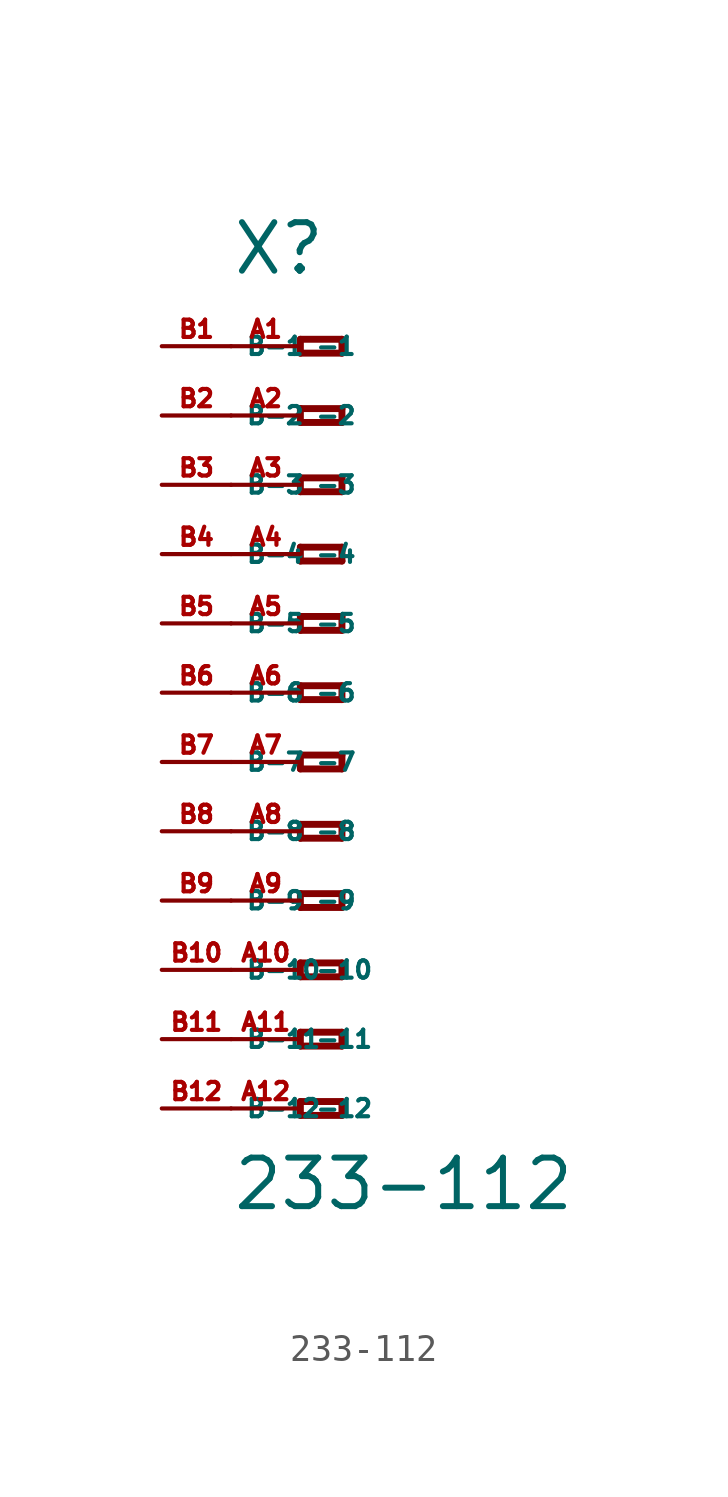
<source format=kicad_sym>
(kicad_symbol_lib
  (version 20220914)
  (generator Eagle2Kicad)
  (symbol "233-112"
    (property "Reference" "X"
      (at -5.08 15.24 0)
      (effects (font (size 1.778 1.778) (thickness 0.22)) (justify left bottom)))
    (property "Value" "233-112"
      (at -5.08 -19.05 0)
      (effects (font (size 1.778 1.778) (thickness 0.22)) (justify left bottom)))
    (polyline
      (pts (xy -2.54 12.954) (xy -2.54 12.446))
      (stroke (width 0.254) (type default))
      (fill (type none)))
    (polyline
      (pts (xy -2.54 12.446) (xy -1.016 12.446))
      (stroke (width 0.254) (type default))
      (fill (type none)))
    (polyline
      (pts (xy -1.016 12.446) (xy -1.016 12.954))
      (stroke (width 0.254) (type default))
      (fill (type none)))
    (polyline
      (pts (xy -1.016 12.954) (xy -2.54 12.954))
      (stroke (width 0.254) (type default))
      (fill (type none)))
    (polyline
      (pts (xy -2.54 10.414) (xy -2.54 9.906))
      (stroke (width 0.254) (type default))
      (fill (type none)))
    (polyline
      (pts (xy -2.54 9.906) (xy -1.016 9.906))
      (stroke (width 0.254) (type default))
      (fill (type none)))
    (polyline
      (pts (xy -1.016 9.906) (xy -1.016 10.414))
      (stroke (width 0.254) (type default))
      (fill (type none)))
    (polyline
      (pts (xy -1.016 10.414) (xy -2.54 10.414))
      (stroke (width 0.254) (type default))
      (fill (type none)))
    (polyline
      (pts (xy -2.54 7.874) (xy -2.54 7.366))
      (stroke (width 0.254) (type default))
      (fill (type none)))
    (polyline
      (pts (xy -2.54 7.366) (xy -1.016 7.366))
      (stroke (width 0.254) (type default))
      (fill (type none)))
    (polyline
      (pts (xy -1.016 7.366) (xy -1.016 7.874))
      (stroke (width 0.254) (type default))
      (fill (type none)))
    (polyline
      (pts (xy -1.016 7.874) (xy -2.54 7.874))
      (stroke (width 0.254) (type default))
      (fill (type none)))
    (polyline
      (pts (xy -2.54 5.334) (xy -2.54 4.826))
      (stroke (width 0.254) (type default))
      (fill (type none)))
    (polyline
      (pts (xy -2.54 4.826) (xy -1.016 4.826))
      (stroke (width 0.254) (type default))
      (fill (type none)))
    (polyline
      (pts (xy -1.016 4.826) (xy -1.016 5.334))
      (stroke (width 0.254) (type default))
      (fill (type none)))
    (polyline
      (pts (xy -1.016 5.334) (xy -2.54 5.334))
      (stroke (width 0.254) (type default))
      (fill (type none)))
    (polyline
      (pts (xy -2.54 2.794) (xy -2.54 2.286))
      (stroke (width 0.254) (type default))
      (fill (type none)))
    (polyline
      (pts (xy -2.54 2.286) (xy -1.016 2.286))
      (stroke (width 0.254) (type default))
      (fill (type none)))
    (polyline
      (pts (xy -1.016 2.286) (xy -1.016 2.794))
      (stroke (width 0.254) (type default))
      (fill (type none)))
    (polyline
      (pts (xy -1.016 2.794) (xy -2.54 2.794))
      (stroke (width 0.254) (type default))
      (fill (type none)))
    (polyline
      (pts (xy -2.54 0.254) (xy -2.54 -0.254))
      (stroke (width 0.254) (type default))
      (fill (type none)))
    (polyline
      (pts (xy -2.54 -0.254) (xy -1.016 -0.254))
      (stroke (width 0.254) (type default))
      (fill (type none)))
    (polyline
      (pts (xy -1.016 -0.254) (xy -1.016 0.254))
      (stroke (width 0.254) (type default))
      (fill (type none)))
    (polyline
      (pts (xy -1.016 0.254) (xy -2.54 0.254))
      (stroke (width 0.254) (type default))
      (fill (type none)))
    (polyline
      (pts (xy -2.54 -2.286) (xy -2.54 -2.794))
      (stroke (width 0.254) (type default))
      (fill (type none)))
    (polyline
      (pts (xy -2.54 -2.794) (xy -1.016 -2.794))
      (stroke (width 0.254) (type default))
      (fill (type none)))
    (polyline
      (pts (xy -1.016 -2.794) (xy -1.016 -2.286))
      (stroke (width 0.254) (type default))
      (fill (type none)))
    (polyline
      (pts (xy -1.016 -2.286) (xy -2.54 -2.286))
      (stroke (width 0.254) (type default))
      (fill (type none)))
    (polyline
      (pts (xy -2.54 -4.826) (xy -2.54 -5.334))
      (stroke (width 0.254) (type default))
      (fill (type none)))
    (polyline
      (pts (xy -2.54 -5.334) (xy -1.016 -5.334))
      (stroke (width 0.254) (type default))
      (fill (type none)))
    (polyline
      (pts (xy -1.016 -5.334) (xy -1.016 -4.826))
      (stroke (width 0.254) (type default))
      (fill (type none)))
    (polyline
      (pts (xy -1.016 -4.826) (xy -2.54 -4.826))
      (stroke (width 0.254) (type default))
      (fill (type none)))
    (polyline
      (pts (xy -2.54 -7.366) (xy -2.54 -7.874))
      (stroke (width 0.254) (type default))
      (fill (type none)))
    (polyline
      (pts (xy -2.54 -7.874) (xy -1.016 -7.874))
      (stroke (width 0.254) (type default))
      (fill (type none)))
    (polyline
      (pts (xy -1.016 -7.874) (xy -1.016 -7.366))
      (stroke (width 0.254) (type default))
      (fill (type none)))
    (polyline
      (pts (xy -1.016 -7.366) (xy -2.54 -7.366))
      (stroke (width 0.254) (type default))
      (fill (type none)))
    (polyline
      (pts (xy -2.54 -9.906) (xy -2.54 -10.414))
      (stroke (width 0.254) (type default))
      (fill (type none)))
    (polyline
      (pts (xy -2.54 -10.414) (xy -1.016 -10.414))
      (stroke (width 0.254) (type default))
      (fill (type none)))
    (polyline
      (pts (xy -1.016 -10.414) (xy -1.016 -9.906))
      (stroke (width 0.254) (type default))
      (fill (type none)))
    (polyline
      (pts (xy -1.016 -9.906) (xy -2.54 -9.906))
      (stroke (width 0.254) (type default))
      (fill (type none)))
    (polyline
      (pts (xy -2.54 -12.446) (xy -2.54 -12.954))
      (stroke (width 0.254) (type default))
      (fill (type none)))
    (polyline
      (pts (xy -2.54 -12.954) (xy -1.016 -12.954))
      (stroke (width 0.254) (type default))
      (fill (type none)))
    (polyline
      (pts (xy -1.016 -12.954) (xy -1.016 -12.446))
      (stroke (width 0.254) (type default))
      (fill (type none)))
    (polyline
      (pts (xy -1.016 -12.446) (xy -2.54 -12.446))
      (stroke (width 0.254) (type default))
      (fill (type none)))
    (polyline
      (pts (xy -2.54 -14.986) (xy -2.54 -15.494))
      (stroke (width 0.254) (type default))
      (fill (type none)))
    (polyline
      (pts (xy -2.54 -15.494) (xy -1.016 -15.494))
      (stroke (width 0.254) (type default))
      (fill (type none)))
    (polyline
      (pts (xy -1.016 -15.494) (xy -1.016 -14.986))
      (stroke (width 0.254) (type default))
      (fill (type none)))
    (polyline
      (pts (xy -1.016 -14.986) (xy -2.54 -14.986))
      (stroke (width 0.254) (type default))
      (fill (type none)))
    (pin passive line
      (at -5.08 12.7 0)
      (length 2.54)
      (name "-1" (effects (font (size 0.635 0.635) (thickness 0.08)) (justify left bottom)))
      (number "A1" (effects (font (size 0.635 0.635) (thickness 0.08)) (justify left bottom))))
    (pin passive line
      (at -5.08 10.16 0)
      (length 2.54)
      (name "-2" (effects (font (size 0.635 0.635) (thickness 0.08)) (justify left bottom)))
      (number "A2" (effects (font (size 0.635 0.635) (thickness 0.08)) (justify left bottom))))
    (pin passive line
      (at -5.08 7.62 0)
      (length 2.54)
      (name "-3" (effects (font (size 0.635 0.635) (thickness 0.08)) (justify left bottom)))
      (number "A3" (effects (font (size 0.635 0.635) (thickness 0.08)) (justify left bottom))))
    (pin passive line
      (at -5.08 5.08 0)
      (length 2.54)
      (name "-4" (effects (font (size 0.635 0.635) (thickness 0.08)) (justify left bottom)))
      (number "A4" (effects (font (size 0.635 0.635) (thickness 0.08)) (justify left bottom))))
    (pin passive line
      (at -5.08 2.54 0)
      (length 2.54)
      (name "-5" (effects (font (size 0.635 0.635) (thickness 0.08)) (justify left bottom)))
      (number "A5" (effects (font (size 0.635 0.635) (thickness 0.08)) (justify left bottom))))
    (pin passive line
      (at -5.08 0 0)
      (length 2.54)
      (name "-6" (effects (font (size 0.635 0.635) (thickness 0.08)) (justify left bottom)))
      (number "A6" (effects (font (size 0.635 0.635) (thickness 0.08)) (justify left bottom))))
    (pin passive line
      (at -5.08 -2.54 0)
      (length 2.54)
      (name "-7" (effects (font (size 0.635 0.635) (thickness 0.08)) (justify left bottom)))
      (number "A7" (effects (font (size 0.635 0.635) (thickness 0.08)) (justify left bottom))))
    (pin passive line
      (at -5.08 -5.08 0)
      (length 2.54)
      (name "-8" (effects (font (size 0.635 0.635) (thickness 0.08)) (justify left bottom)))
      (number "A8" (effects (font (size 0.635 0.635) (thickness 0.08)) (justify left bottom))))
    (pin passive line
      (at -5.08 -7.62 0)
      (length 2.54)
      (name "-9" (effects (font (size 0.635 0.635) (thickness 0.08)) (justify left bottom)))
      (number "A9" (effects (font (size 0.635 0.635) (thickness 0.08)) (justify left bottom))))
    (pin passive line
      (at -5.08 -10.16 0)
      (length 2.54)
      (name "-10" (effects (font (size 0.635 0.635) (thickness 0.08)) (justify left bottom)))
      (number "A10" (effects (font (size 0.635 0.635) (thickness 0.08)) (justify left bottom))))
    (pin passive line
      (at -5.08 -12.7 0)
      (length 2.54)
      (name "-11" (effects (font (size 0.635 0.635) (thickness 0.08)) (justify left bottom)))
      (number "A11" (effects (font (size 0.635 0.635) (thickness 0.08)) (justify left bottom))))
    (pin passive line
      (at -5.08 -15.24 0)
      (length 2.54)
      (name "-12" (effects (font (size 0.635 0.635) (thickness 0.08)) (justify left bottom)))
      (number "A12" (effects (font (size 0.635 0.635) (thickness 0.08)) (justify left bottom))))
    (pin passive line
      (at -7.62 -15.24 0)
      (length 2.54)
      (name "B-12" (effects (font (size 0.635 0.635) (thickness 0.08)) (justify left bottom)))
      (number "B12" (effects (font (size 0.635 0.635) (thickness 0.08)) (justify left bottom))))
    (pin passive line
      (at -7.62 12.7 0)
      (length 2.54)
      (name "B-1" (effects (font (size 0.635 0.635) (thickness 0.08)) (justify left bottom)))
      (number "B1" (effects (font (size 0.635 0.635) (thickness 0.08)) (justify left bottom))))
    (pin passive line
      (at -7.62 10.16 0)
      (length 2.54)
      (name "B-2" (effects (font (size 0.635 0.635) (thickness 0.08)) (justify left bottom)))
      (number "B2" (effects (font (size 0.635 0.635) (thickness 0.08)) (justify left bottom))))
    (pin passive line
      (at -7.62 7.62 0)
      (length 2.54)
      (name "B-3" (effects (font (size 0.635 0.635) (thickness 0.08)) (justify left bottom)))
      (number "B3" (effects (font (size 0.635 0.635) (thickness 0.08)) (justify left bottom))))
    (pin passive line
      (at -7.62 5.08 0)
      (length 2.54)
      (name "B-4" (effects (font (size 0.635 0.635) (thickness 0.08)) (justify left bottom)))
      (number "B4" (effects (font (size 0.635 0.635) (thickness 0.08)) (justify left bottom))))
    (pin passive line
      (at -7.62 2.54 0)
      (length 2.54)
      (name "B-5" (effects (font (size 0.635 0.635) (thickness 0.08)) (justify left bottom)))
      (number "B5" (effects (font (size 0.635 0.635) (thickness 0.08)) (justify left bottom))))
    (pin passive line
      (at -7.62 0 0)
      (length 2.54)
      (name "B-6" (effects (font (size 0.635 0.635) (thickness 0.08)) (justify left bottom)))
      (number "B6" (effects (font (size 0.635 0.635) (thickness 0.08)) (justify left bottom))))
    (pin passive line
      (at -7.62 -2.54 0)
      (length 2.54)
      (name "B-7" (effects (font (size 0.635 0.635) (thickness 0.08)) (justify left bottom)))
      (number "B7" (effects (font (size 0.635 0.635) (thickness 0.08)) (justify left bottom))))
    (pin passive line
      (at -7.62 -5.08 0)
      (length 2.54)
      (name "B-8" (effects (font (size 0.635 0.635) (thickness 0.08)) (justify left bottom)))
      (number "B8" (effects (font (size 0.635 0.635) (thickness 0.08)) (justify left bottom))))
    (pin passive line
      (at -7.62 -7.62 0)
      (length 2.54)
      (name "B-9" (effects (font (size 0.635 0.635) (thickness 0.08)) (justify left bottom)))
      (number "B9" (effects (font (size 0.635 0.635) (thickness 0.08)) (justify left bottom))))
    (pin passive line
      (at -7.62 -10.16 0)
      (length 2.54)
      (name "B-10" (effects (font (size 0.635 0.635) (thickness 0.08)) (justify left bottom)))
      (number "B10" (effects (font (size 0.635 0.635) (thickness 0.08)) (justify left bottom))))
    (pin passive line
      (at -7.62 -12.7 0)
      (length 2.54)
      (name "B-11" (effects (font (size 0.635 0.635) (thickness 0.08)) (justify left bottom)))
      (number "B11" (effects (font (size 0.635 0.635) (thickness 0.08)) (justify left bottom))))))
</source>
